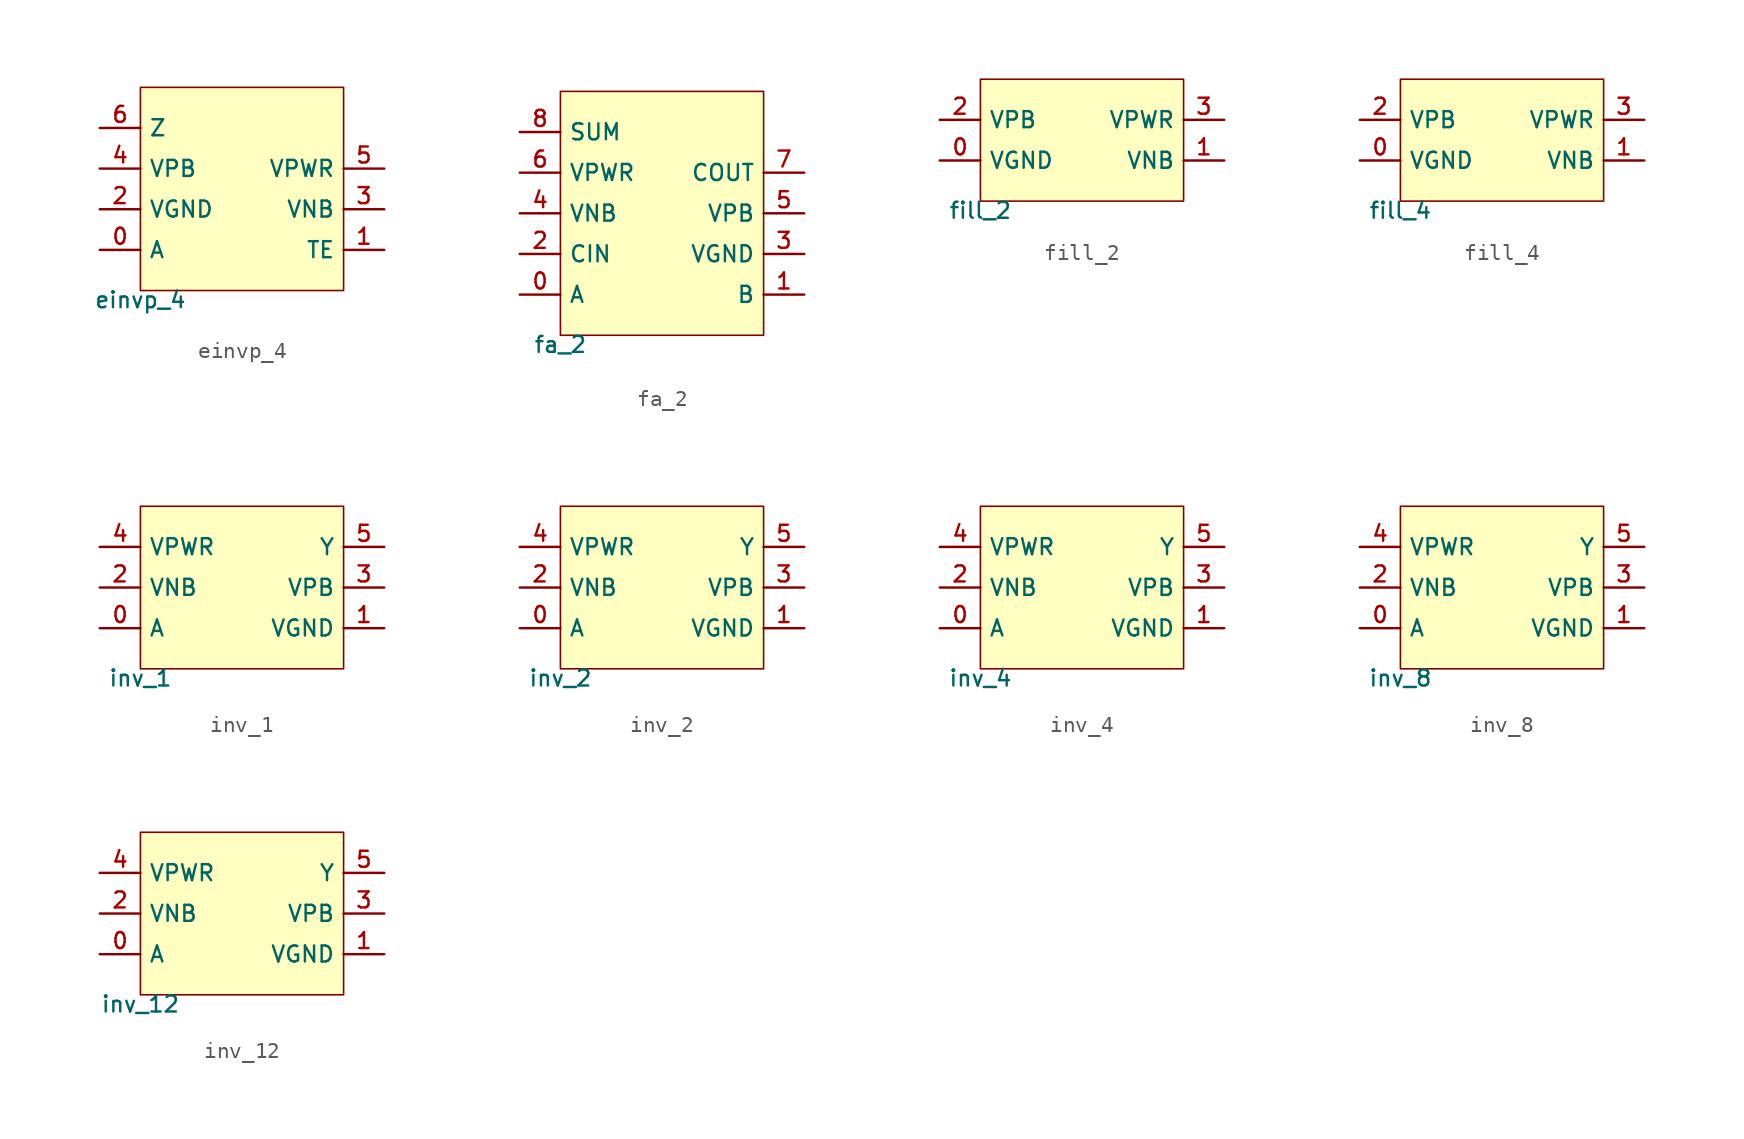
<source format=kicad_sym>
(kicad_symbol_lib
  (version 20211014)
  (generator pdk2kicad)
  (symbol "einvp_4"
    (property "Reference" "X"
      (at 0 0 0)
      (effects (font (size 1 1)) hide))
    (property "Value" "einvp_4"
      (at -6.35 -6.35 0)
      (effects (font (size 1 1)) (justify top)))
    (rectangle
      (start -6.35 -6.35)
      (end 6.35 6.35)
      (stroke (width 0.1) (type solid) (color 0 0 0 0))
      (fill (type background)))
    (pin bidirectional line
      (at -8.89 -3.81 0)
      (length 2.54)
      (name "A" (effects (font (size 1 1)) hide))
      (number "0" (effects (font (size 1 1)) hide)))
    (pin bidirectional line
      (at 8.89 -3.81 180)
      (length 2.54)
      (name "TE" (effects (font (size 1 1)) hide))
      (number "1" (effects (font (size 1 1)) hide)))
    (pin bidirectional line
      (at -8.89 -1.27 0)
      (length 2.54)
      (name "VGND" (effects (font (size 1 1)) hide))
      (number "2" (effects (font (size 1 1)) hide)))
    (pin bidirectional line
      (at 8.89 -1.27 180)
      (length 2.54)
      (name "VNB" (effects (font (size 1 1)) hide))
      (number "3" (effects (font (size 1 1)) hide)))
    (pin bidirectional line
      (at -8.89 1.27 0)
      (length 2.54)
      (name "VPB" (effects (font (size 1 1)) hide))
      (number "4" (effects (font (size 1 1)) hide)))
    (pin bidirectional line
      (at 8.89 1.27 180)
      (length 2.54)
      (name "VPWR" (effects (font (size 1 1)) hide))
      (number "5" (effects (font (size 1 1)) hide)))
    (pin bidirectional line
      (at -8.89 3.81 0)
      (length 2.54)
      (name "Z" (effects (font (size 1 1)) hide))
      (number "6" (effects (font (size 1 1)) hide))))
  (symbol "fa_2"
    (property "Reference" "X"
      (at 0 0 0)
      (effects (font (size 1 1)) hide))
    (property "Value" "fa_2"
      (at -6.35 -7.62 0)
      (effects (font (size 1 1)) (justify top)))
    (rectangle
      (start -6.35 -7.62)
      (end 6.35 7.62)
      (stroke (width 0.1) (type solid) (color 0 0 0 0))
      (fill (type background)))
    (pin bidirectional line
      (at -8.89 -5.08 0)
      (length 2.54)
      (name "A" (effects (font (size 1 1)) hide))
      (number "0" (effects (font (size 1 1)) hide)))
    (pin bidirectional line
      (at 8.89 -5.08 180)
      (length 2.54)
      (name "B" (effects (font (size 1 1)) hide))
      (number "1" (effects (font (size 1 1)) hide)))
    (pin bidirectional line
      (at -8.89 -2.54 0)
      (length 2.54)
      (name "CIN" (effects (font (size 1 1)) hide))
      (number "2" (effects (font (size 1 1)) hide)))
    (pin bidirectional line
      (at 8.89 -2.54 180)
      (length 2.54)
      (name "VGND" (effects (font (size 1 1)) hide))
      (number "3" (effects (font (size 1 1)) hide)))
    (pin bidirectional line
      (at -8.89 8.881784197001252e-16 0)
      (length 2.54)
      (name "VNB" (effects (font (size 1 1)) hide))
      (number "4" (effects (font (size 1 1)) hide)))
    (pin bidirectional line
      (at 8.89 8.881784197001252e-16 180)
      (length 2.54)
      (name "VPB" (effects (font (size 1 1)) hide))
      (number "5" (effects (font (size 1 1)) hide)))
    (pin bidirectional line
      (at -8.89 2.54 0)
      (length 2.54)
      (name "VPWR" (effects (font (size 1 1)) hide))
      (number "6" (effects (font (size 1 1)) hide)))
    (pin bidirectional line
      (at 8.89 2.54 180)
      (length 2.54)
      (name "COUT" (effects (font (size 1 1)) hide))
      (number "7" (effects (font (size 1 1)) hide)))
    (pin bidirectional line
      (at -8.89 5.08 0)
      (length 2.54)
      (name "SUM" (effects (font (size 1 1)) hide))
      (number "8" (effects (font (size 1 1)) hide))))
  (symbol "fill_2"
    (property "Reference" "X"
      (at 0 0 0)
      (effects (font (size 1 1)) hide))
    (property "Value" "fill_2"
      (at -6.35 -3.81 0)
      (effects (font (size 1 1)) (justify top)))
    (rectangle
      (start -6.35 -3.81)
      (end 6.35 3.81)
      (stroke (width 0.1) (type solid) (color 0 0 0 0))
      (fill (type background)))
    (pin bidirectional line
      (at -8.89 -1.27 0)
      (length 2.54)
      (name "VGND" (effects (font (size 1 1)) hide))
      (number "0" (effects (font (size 1 1)) hide)))
    (pin bidirectional line
      (at 8.89 -1.27 180)
      (length 2.54)
      (name "VNB" (effects (font (size 1 1)) hide))
      (number "1" (effects (font (size 1 1)) hide)))
    (pin bidirectional line
      (at -8.89 1.27 0)
      (length 2.54)
      (name "VPB" (effects (font (size 1 1)) hide))
      (number "2" (effects (font (size 1 1)) hide)))
    (pin bidirectional line
      (at 8.89 1.27 180)
      (length 2.54)
      (name "VPWR" (effects (font (size 1 1)) hide))
      (number "3" (effects (font (size 1 1)) hide))))
  (symbol "fill_4"
    (property "Reference" "X"
      (at 0 0 0)
      (effects (font (size 1 1)) hide))
    (property "Value" "fill_4"
      (at -6.35 -3.81 0)
      (effects (font (size 1 1)) (justify top)))
    (rectangle
      (start -6.35 -3.81)
      (end 6.35 3.81)
      (stroke (width 0.1) (type solid) (color 0 0 0 0))
      (fill (type background)))
    (pin bidirectional line
      (at -8.89 -1.27 0)
      (length 2.54)
      (name "VGND" (effects (font (size 1 1)) hide))
      (number "0" (effects (font (size 1 1)) hide)))
    (pin bidirectional line
      (at 8.89 -1.27 180)
      (length 2.54)
      (name "VNB" (effects (font (size 1 1)) hide))
      (number "1" (effects (font (size 1 1)) hide)))
    (pin bidirectional line
      (at -8.89 1.27 0)
      (length 2.54)
      (name "VPB" (effects (font (size 1 1)) hide))
      (number "2" (effects (font (size 1 1)) hide)))
    (pin bidirectional line
      (at 8.89 1.27 180)
      (length 2.54)
      (name "VPWR" (effects (font (size 1 1)) hide))
      (number "3" (effects (font (size 1 1)) hide))))
  (symbol "inv_1"
    (property "Reference" "X"
      (at 0 0 0)
      (effects (font (size 1 1)) hide))
    (property "Value" "inv_1"
      (at -6.35 -5.08 0)
      (effects (font (size 1 1)) (justify top)))
    (rectangle
      (start -6.35 -5.08)
      (end 6.35 5.08)
      (stroke (width 0.1) (type solid) (color 0 0 0 0))
      (fill (type background)))
    (pin bidirectional line
      (at -8.89 -2.54 0)
      (length 2.54)
      (name "A" (effects (font (size 1 1)) hide))
      (number "0" (effects (font (size 1 1)) hide)))
    (pin bidirectional line
      (at 8.89 -2.54 180)
      (length 2.54)
      (name "VGND" (effects (font (size 1 1)) hide))
      (number "1" (effects (font (size 1 1)) hide)))
    (pin bidirectional line
      (at -8.89 0.0 0)
      (length 2.54)
      (name "VNB" (effects (font (size 1 1)) hide))
      (number "2" (effects (font (size 1 1)) hide)))
    (pin bidirectional line
      (at 8.89 0.0 180)
      (length 2.54)
      (name "VPB" (effects (font (size 1 1)) hide))
      (number "3" (effects (font (size 1 1)) hide)))
    (pin bidirectional line
      (at -8.89 2.54 0)
      (length 2.54)
      (name "VPWR" (effects (font (size 1 1)) hide))
      (number "4" (effects (font (size 1 1)) hide)))
    (pin bidirectional line
      (at 8.89 2.54 180)
      (length 2.54)
      (name "Y" (effects (font (size 1 1)) hide))
      (number "5" (effects (font (size 1 1)) hide))))
  (symbol "inv_2"
    (property "Reference" "X"
      (at 0 0 0)
      (effects (font (size 1 1)) hide))
    (property "Value" "inv_2"
      (at -6.35 -5.08 0)
      (effects (font (size 1 1)) (justify top)))
    (rectangle
      (start -6.35 -5.08)
      (end 6.35 5.08)
      (stroke (width 0.1) (type solid) (color 0 0 0 0))
      (fill (type background)))
    (pin bidirectional line
      (at -8.89 -2.54 0)
      (length 2.54)
      (name "A" (effects (font (size 1 1)) hide))
      (number "0" (effects (font (size 1 1)) hide)))
    (pin bidirectional line
      (at 8.89 -2.54 180)
      (length 2.54)
      (name "VGND" (effects (font (size 1 1)) hide))
      (number "1" (effects (font (size 1 1)) hide)))
    (pin bidirectional line
      (at -8.89 0.0 0)
      (length 2.54)
      (name "VNB" (effects (font (size 1 1)) hide))
      (number "2" (effects (font (size 1 1)) hide)))
    (pin bidirectional line
      (at 8.89 0.0 180)
      (length 2.54)
      (name "VPB" (effects (font (size 1 1)) hide))
      (number "3" (effects (font (size 1 1)) hide)))
    (pin bidirectional line
      (at -8.89 2.54 0)
      (length 2.54)
      (name "VPWR" (effects (font (size 1 1)) hide))
      (number "4" (effects (font (size 1 1)) hide)))
    (pin bidirectional line
      (at 8.89 2.54 180)
      (length 2.54)
      (name "Y" (effects (font (size 1 1)) hide))
      (number "5" (effects (font (size 1 1)) hide))))
  (symbol "inv_4"
    (property "Reference" "X"
      (at 0 0 0)
      (effects (font (size 1 1)) hide))
    (property "Value" "inv_4"
      (at -6.35 -5.08 0)
      (effects (font (size 1 1)) (justify top)))
    (rectangle
      (start -6.35 -5.08)
      (end 6.35 5.08)
      (stroke (width 0.1) (type solid) (color 0 0 0 0))
      (fill (type background)))
    (pin bidirectional line
      (at -8.89 -2.54 0)
      (length 2.54)
      (name "A" (effects (font (size 1 1)) hide))
      (number "0" (effects (font (size 1 1)) hide)))
    (pin bidirectional line
      (at 8.89 -2.54 180)
      (length 2.54)
      (name "VGND" (effects (font (size 1 1)) hide))
      (number "1" (effects (font (size 1 1)) hide)))
    (pin bidirectional line
      (at -8.89 0.0 0)
      (length 2.54)
      (name "VNB" (effects (font (size 1 1)) hide))
      (number "2" (effects (font (size 1 1)) hide)))
    (pin bidirectional line
      (at 8.89 0.0 180)
      (length 2.54)
      (name "VPB" (effects (font (size 1 1)) hide))
      (number "3" (effects (font (size 1 1)) hide)))
    (pin bidirectional line
      (at -8.89 2.54 0)
      (length 2.54)
      (name "VPWR" (effects (font (size 1 1)) hide))
      (number "4" (effects (font (size 1 1)) hide)))
    (pin bidirectional line
      (at 8.89 2.54 180)
      (length 2.54)
      (name "Y" (effects (font (size 1 1)) hide))
      (number "5" (effects (font (size 1 1)) hide))))
  (symbol "inv_8"
    (property "Reference" "X"
      (at 0 0 0)
      (effects (font (size 1 1)) hide))
    (property "Value" "inv_8"
      (at -6.35 -5.08 0)
      (effects (font (size 1 1)) (justify top)))
    (rectangle
      (start -6.35 -5.08)
      (end 6.35 5.08)
      (stroke (width 0.1) (type solid) (color 0 0 0 0))
      (fill (type background)))
    (pin bidirectional line
      (at -8.89 -2.54 0)
      (length 2.54)
      (name "A" (effects (font (size 1 1)) hide))
      (number "0" (effects (font (size 1 1)) hide)))
    (pin bidirectional line
      (at 8.89 -2.54 180)
      (length 2.54)
      (name "VGND" (effects (font (size 1 1)) hide))
      (number "1" (effects (font (size 1 1)) hide)))
    (pin bidirectional line
      (at -8.89 0.0 0)
      (length 2.54)
      (name "VNB" (effects (font (size 1 1)) hide))
      (number "2" (effects (font (size 1 1)) hide)))
    (pin bidirectional line
      (at 8.89 0.0 180)
      (length 2.54)
      (name "VPB" (effects (font (size 1 1)) hide))
      (number "3" (effects (font (size 1 1)) hide)))
    (pin bidirectional line
      (at -8.89 2.54 0)
      (length 2.54)
      (name "VPWR" (effects (font (size 1 1)) hide))
      (number "4" (effects (font (size 1 1)) hide)))
    (pin bidirectional line
      (at 8.89 2.54 180)
      (length 2.54)
      (name "Y" (effects (font (size 1 1)) hide))
      (number "5" (effects (font (size 1 1)) hide))))
  (symbol "inv_12"
    (property "Reference" "X"
      (at 0 0 0)
      (effects (font (size 1 1)) hide))
    (property "Value" "inv_12"
      (at -6.35 -5.08 0)
      (effects (font (size 1 1)) (justify top)))
    (rectangle
      (start -6.35 -5.08)
      (end 6.35 5.08)
      (stroke (width 0.1) (type solid) (color 0 0 0 0))
      (fill (type background)))
    (pin bidirectional line
      (at -8.89 -2.54 0)
      (length 2.54)
      (name "A" (effects (font (size 1 1)) hide))
      (number "0" (effects (font (size 1 1)) hide)))
    (pin bidirectional line
      (at 8.89 -2.54 180)
      (length 2.54)
      (name "VGND" (effects (font (size 1 1)) hide))
      (number "1" (effects (font (size 1 1)) hide)))
    (pin bidirectional line
      (at -8.89 0.0 0)
      (length 2.54)
      (name "VNB" (effects (font (size 1 1)) hide))
      (number "2" (effects (font (size 1 1)) hide)))
    (pin bidirectional line
      (at 8.89 0.0 180)
      (length 2.54)
      (name "VPB" (effects (font (size 1 1)) hide))
      (number "3" (effects (font (size 1 1)) hide)))
    (pin bidirectional line
      (at -8.89 2.54 0)
      (length 2.54)
      (name "VPWR" (effects (font (size 1 1)) hide))
      (number "4" (effects (font (size 1 1)) hide)))
    (pin bidirectional line
      (at 8.89 2.54 180)
      (length 2.54)
      (name "Y" (effects (font (size 1 1)) hide))
      (number "5" (effects (font (size 1 1)) hide)))))
</source>
